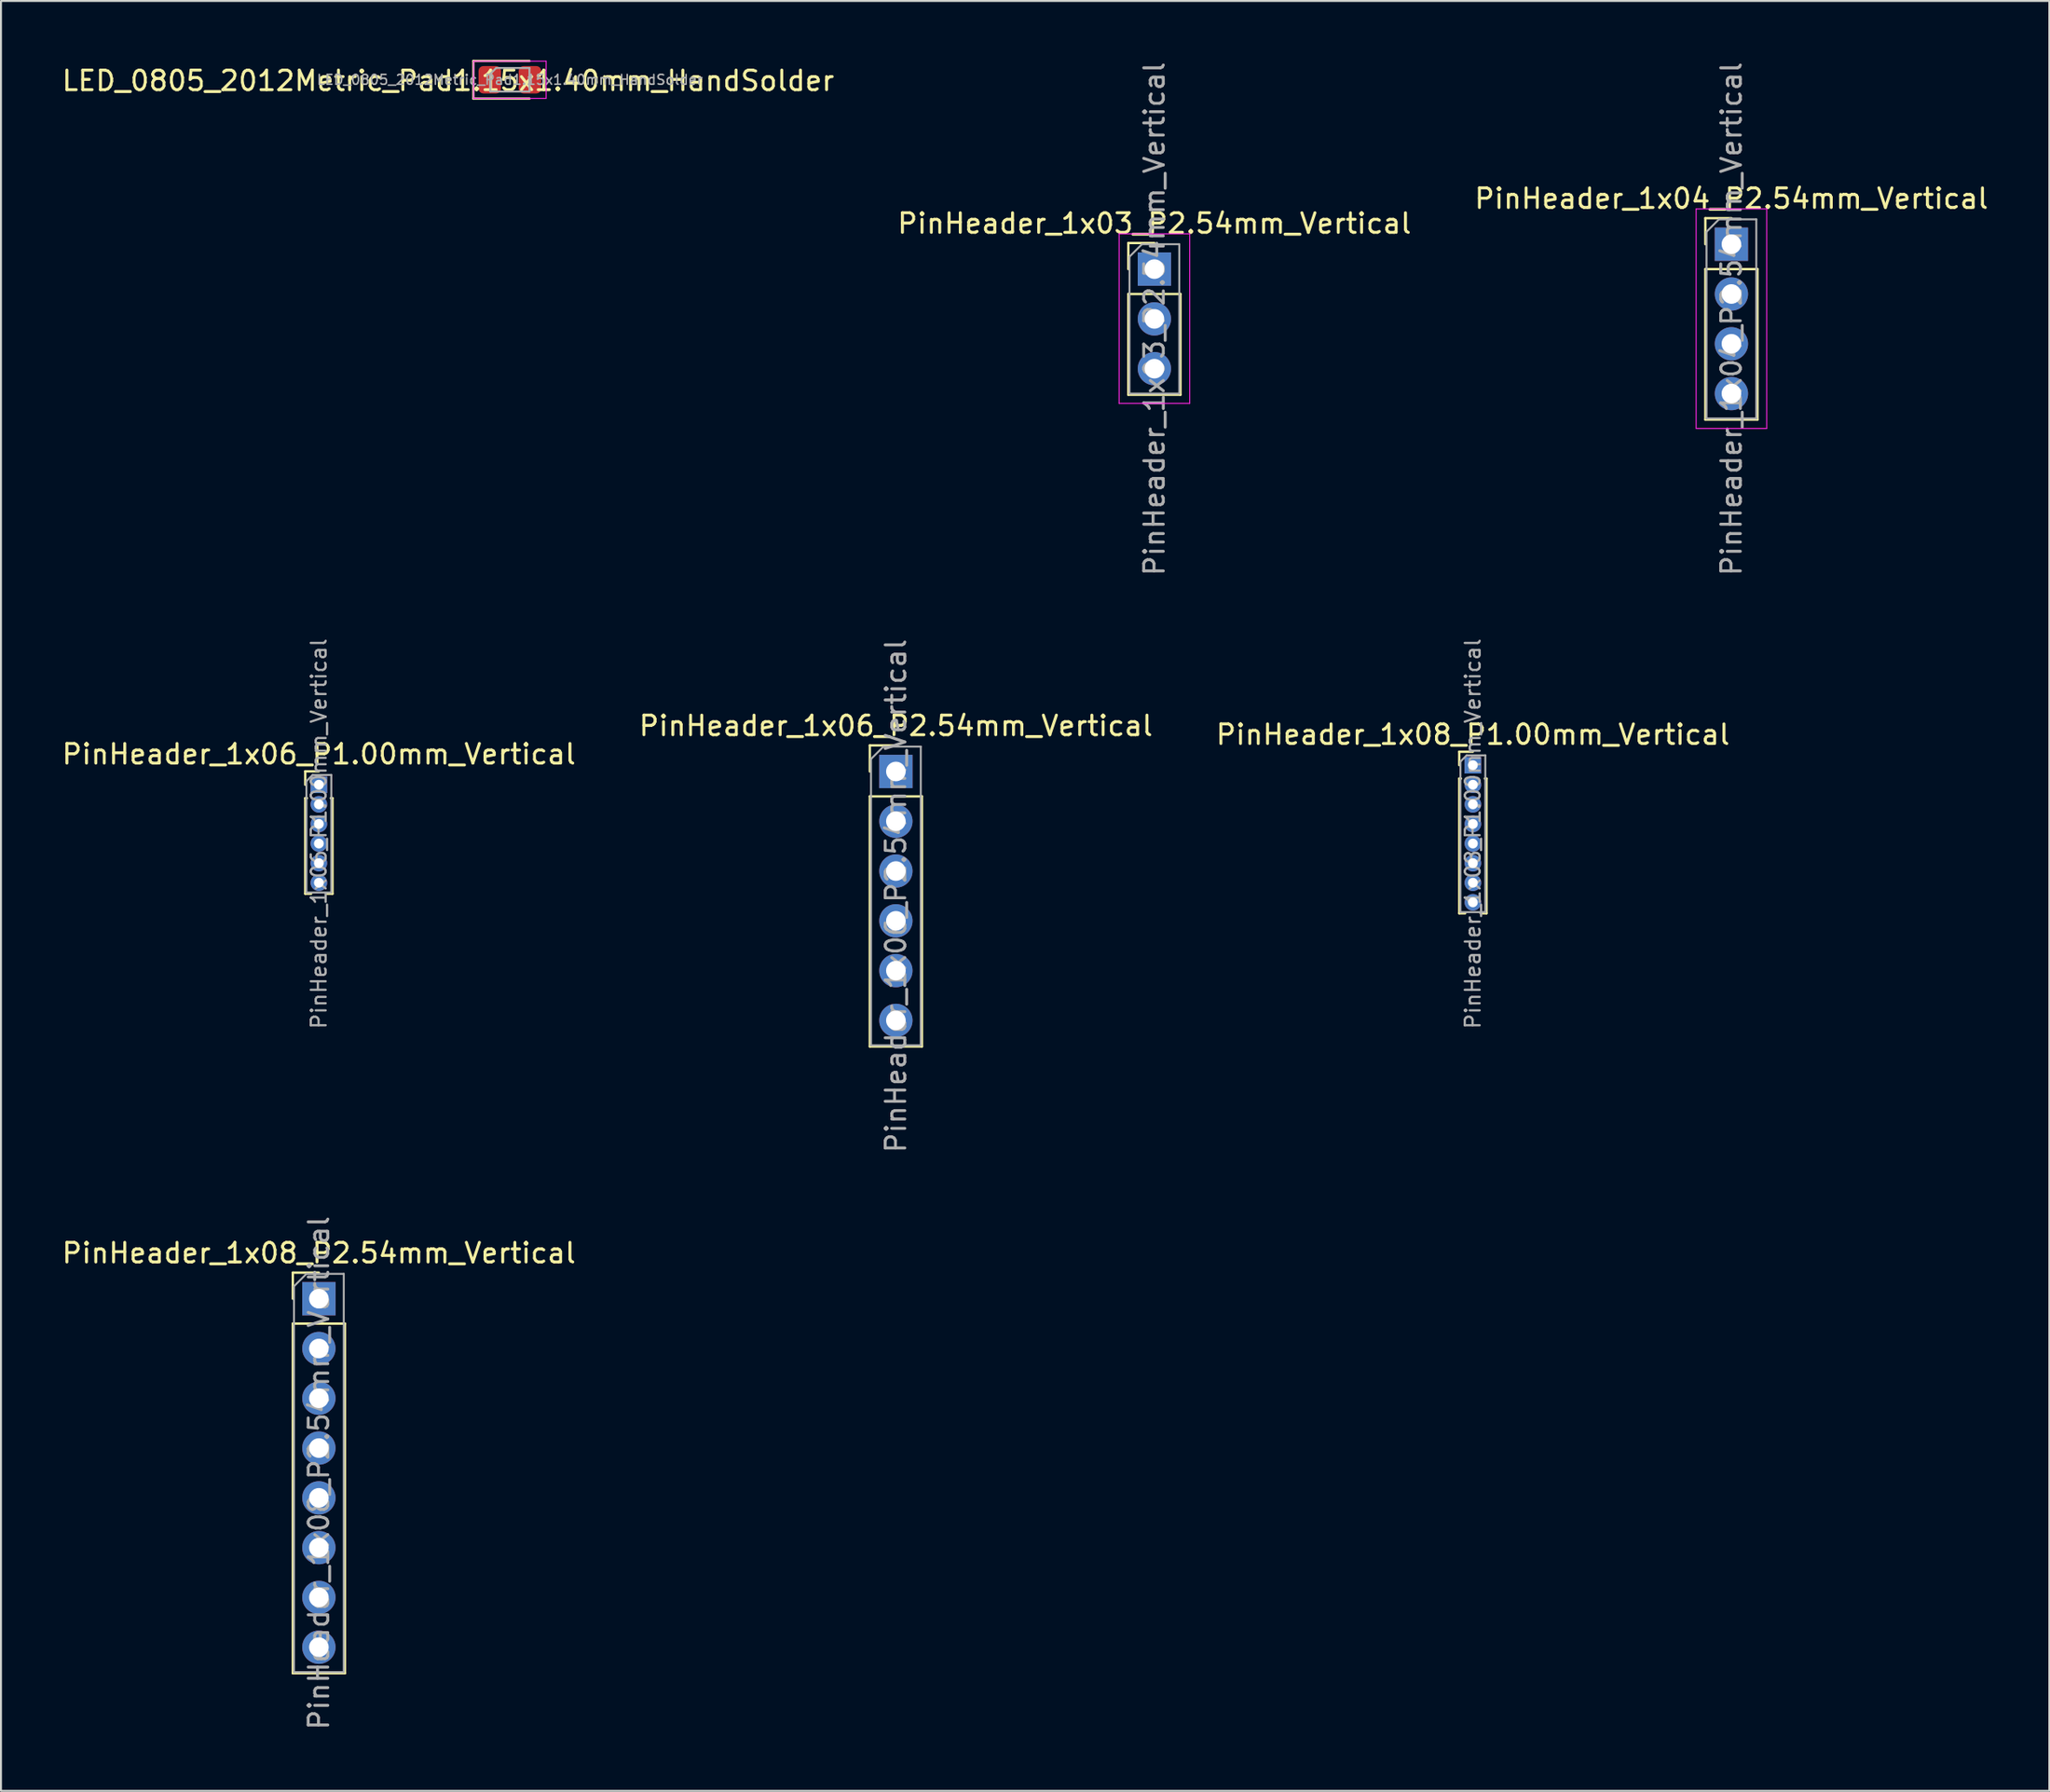
<source format=kicad_pcb>
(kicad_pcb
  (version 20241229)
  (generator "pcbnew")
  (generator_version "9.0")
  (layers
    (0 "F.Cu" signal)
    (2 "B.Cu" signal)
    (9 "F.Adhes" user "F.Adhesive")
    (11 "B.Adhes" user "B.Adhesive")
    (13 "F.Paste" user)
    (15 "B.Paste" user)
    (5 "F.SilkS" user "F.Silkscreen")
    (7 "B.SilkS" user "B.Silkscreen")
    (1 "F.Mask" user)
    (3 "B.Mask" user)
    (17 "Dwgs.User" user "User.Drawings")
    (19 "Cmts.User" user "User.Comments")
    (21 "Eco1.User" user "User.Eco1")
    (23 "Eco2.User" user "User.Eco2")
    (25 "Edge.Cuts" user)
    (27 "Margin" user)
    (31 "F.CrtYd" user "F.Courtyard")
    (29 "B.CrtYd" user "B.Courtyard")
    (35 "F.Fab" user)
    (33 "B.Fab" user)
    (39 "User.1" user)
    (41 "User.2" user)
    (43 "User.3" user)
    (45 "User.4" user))
  (footprint "PinHeader_1x06_P1.00mm_Vertical"
    (layer "F.Cu")
    (at 13.22 36.988)
    (property "Reference" "PinHeader_1x06_P1.00mm_Vertical" (at 0 -1.56 0) (layer "F.SilkS") (effects (font (size 1 1) (thickness 0.15))))
    (attr through_hole)
    (fp_line (start -0.695 -0.685) (end 0 -0.685) (stroke (width 0.12) (type solid)) (layer "F.SilkS"))
    (fp_line (start -0.695 0) (end -0.695 -0.685) (stroke (width 0.12) (type solid)) (layer "F.SilkS"))
    (fp_line (start -0.695 0.685) (end -0.695 5.56) (stroke (width 0.12) (type solid)) (layer "F.SilkS"))
    (fp_line (start -0.695 0.685) (end -0.608 0.685) (stroke (width 0.12) (type solid)) (layer "F.SilkS"))
    (fp_line (start -0.695 5.56) (end -0.394 5.56) (stroke (width 0.12) (type solid)) (layer "F.SilkS"))
    (fp_line (start 0.394 5.56) (end 0.695 5.56) (stroke (width 0.12) (type solid)) (layer "F.SilkS"))
    (fp_line (start 0.608 0.685) (end 0.695 0.685) (stroke (width 0.12) (type solid)) (layer "F.SilkS"))
    (fp_line (start 0.695 0.685) (end 0.695 5.56) (stroke (width 0.12) (type solid)) (layer "F.SilkS"))
    (fp_line (start -0.635 -0.182) (end -0.318 -0.5) (stroke (width 0.1) (type solid)) (layer "F.Fab"))
    (fp_line (start -0.635 5.5) (end -0.635 -0.182) (stroke (width 0.1) (type solid)) (layer "F.Fab"))
    (fp_line (start -0.318 -0.5) (end 0.635 -0.5) (stroke (width 0.1) (type solid)) (layer "F.Fab"))
    (fp_line (start 0.635 -0.5) (end 0.635 5.5) (stroke (width 0.1) (type solid)) (layer "F.Fab"))
    (fp_line (start 0.635 5.5) (end -0.635 5.5) (stroke (width 0.1) (type solid)) (layer "F.Fab"))
    (fp_text user "${REFERENCE}" (at 0 2.5 90) (layer "F.Fab") (effects (font (size 0.76 0.76) (thickness 0.114))))
    (pad "1" thru_hole rect (at 0 0) (size 0.85 0.85) (drill 0.5) (layers "*.Cu" "*.Mask"))
    (pad "2" thru_hole oval (at 0 1) (size 0.85 0.85) (drill 0.5) (layers "*.Cu" "*.Mask"))
    (pad "3" thru_hole oval (at 0 2) (size 0.85 0.85) (drill 0.5) (layers "*.Cu" "*.Mask"))
    (pad "4" thru_hole oval (at 0 3) (size 0.85 0.85) (drill 0.5) (layers "*.Cu" "*.Mask"))
    (pad "5" thru_hole oval (at 0 4) (size 0.85 0.85) (drill 0.5) (layers "*.Cu" "*.Mask"))
    (pad "6" thru_hole oval (at 0 5) (size 0.85 0.85) (drill 0.5) (layers "*.Cu" "*.Mask")))
  (footprint "LED_0805_2012Metric_Pad1.15x1.40mm_HandSolder"
    (layer "F.Cu")
    (at 22.965 1.02)
    (property "Reference" "LED_0805_2012Metric_Pad1.15x1.40mm_HandSolder" (at -3.15 0.05 0) (layer "F.SilkS") (effects (font (size 1 1) (thickness 0.15))))
    (attr smd)
    (fp_line (start -1.86 -0.96) (end -1.86 0.96) (stroke (width 0.12) (type solid)) (layer "F.SilkS"))
    (fp_line (start -1.86 0.96) (end 1 0.96) (stroke (width 0.12) (type solid)) (layer "F.SilkS"))
    (fp_line (start 1 -0.96) (end -1.86 -0.96) (stroke (width 0.12) (type solid)) (layer "F.SilkS"))
    (fp_line (start -1.85 -0.95) (end 1.85 -0.95) (stroke (width 0.05) (type solid)) (layer "F.CrtYd"))
    (fp_line (start -1.85 0.95) (end -1.85 -0.95) (stroke (width 0.05) (type solid)) (layer "F.CrtYd"))
    (fp_line (start 1.85 -0.95) (end 1.85 0.95) (stroke (width 0.05) (type solid)) (layer "F.CrtYd"))
    (fp_line (start 1.85 0.95) (end -1.85 0.95) (stroke (width 0.05) (type solid)) (layer "F.CrtYd"))
    (fp_line (start -1 -0.3) (end -1 0.6) (stroke (width 0.1) (type solid)) (layer "F.Fab"))
    (fp_line (start -1 0.6) (end 1 0.6) (stroke (width 0.1) (type solid)) (layer "F.Fab"))
    (fp_line (start -0.7 -0.6) (end -1 -0.3) (stroke (width 0.1) (type solid)) (layer "F.Fab"))
    (fp_line (start 1 -0.6) (end -0.7 -0.6) (stroke (width 0.1) (type solid)) (layer "F.Fab"))
    (fp_line (start 1 0.6) (end 1 -0.6) (stroke (width 0.1) (type solid)) (layer "F.Fab"))
    (fp_text user "${REFERENCE}" (at 0 0 0) (layer "F.Fab") (effects (font (size 0.5 0.5) (thickness 0.08))))
    (pad "1" smd roundrect (at -1.025 0) (size 1.15 1.4) (layers "F.Cu" "F.Mask" "F.Paste") (roundrect_rratio 0.217))
    (pad "2" smd roundrect (at 1.025 0) (size 1.15 1.4) (layers "F.Cu" "F.Mask" "F.Paste") (roundrect_rratio 0.217)))
  (footprint "PinHeader_1x08_P2.54mm_Vertical"
    (layer "F.Cu")
    (at 13.22 63.211)
    (property "Reference" "PinHeader_1x08_P2.54mm_Vertical" (at 0 -2.33 0) (layer "F.SilkS") (effects (font (size 1 1) (thickness 0.15))))
    (attr through_hole)
    (fp_line (start -1.33 -1.33) (end 0 -1.33) (stroke (width 0.12) (type solid)) (layer "F.SilkS"))
    (fp_line (start -1.33 0) (end -1.33 -1.33) (stroke (width 0.12) (type solid)) (layer "F.SilkS"))
    (fp_line (start -1.33 1.27) (end -1.33 19.11) (stroke (width 0.12) (type solid)) (layer "F.SilkS"))
    (fp_line (start -1.33 1.27) (end 1.33 1.27) (stroke (width 0.12) (type solid)) (layer "F.SilkS"))
    (fp_line (start -1.33 19.11) (end 1.33 19.11) (stroke (width 0.12) (type solid)) (layer "F.SilkS"))
    (fp_line (start 1.33 1.27) (end 1.33 19.11) (stroke (width 0.12) (type solid)) (layer "F.SilkS"))
    (fp_line (start -1.27 -0.635) (end -0.635 -1.27) (stroke (width 0.1) (type solid)) (layer "F.Fab"))
    (fp_line (start -1.27 19.05) (end -1.27 -0.635) (stroke (width 0.1) (type solid)) (layer "F.Fab"))
    (fp_line (start -0.635 -1.27) (end 1.27 -1.27) (stroke (width 0.1) (type solid)) (layer "F.Fab"))
    (fp_line (start 1.27 -1.27) (end 1.27 19.05) (stroke (width 0.1) (type solid)) (layer "F.Fab"))
    (fp_line (start 1.27 19.05) (end -1.27 19.05) (stroke (width 0.1) (type solid)) (layer "F.Fab"))
    (fp_text user "${REFERENCE}" (at 0 8.89 90) (layer "F.Fab") (effects (font (size 1 1) (thickness 0.15))))
    (pad "1" thru_hole rect (at 0 0) (size 1.7 1.7) (drill 1) (layers "*.Cu" "*.Mask"))
    (pad "2" thru_hole oval (at 0 2.54) (size 1.7 1.7) (drill 1) (layers "*.Cu" "*.Mask"))
    (pad "3" thru_hole oval (at 0 5.08) (size 1.7 1.7) (drill 1) (layers "*.Cu" "*.Mask"))
    (pad "4" thru_hole oval (at 0 7.62) (size 1.7 1.7) (drill 1) (layers "*.Cu" "*.Mask"))
    (pad "5" thru_hole oval (at 0 10.16) (size 1.7 1.7) (drill 1) (layers "*.Cu" "*.Mask"))
    (pad "6" thru_hole oval (at 0 12.7) (size 1.7 1.7) (drill 1) (layers "*.Cu" "*.Mask"))
    (pad "7" thru_hole oval (at 0 15.24) (size 1.7 1.7) (drill 1) (layers "*.Cu" "*.Mask"))
    (pad "8" thru_hole oval (at 0 17.78) (size 1.7 1.7) (drill 1) (layers "*.Cu" "*.Mask")))
  (footprint "PinHeader_1x06_P2.54mm_Vertical"
    (layer "F.Cu")
    (at 42.661 36.311)
    (property "Reference" "PinHeader_1x06_P2.54mm_Vertical" (at 0 -2.33 0) (layer "F.SilkS") (effects (font (size 1 1) (thickness 0.15))))
    (attr through_hole)
    (fp_line (start -1.33 -1.33) (end 0 -1.33) (stroke (width 0.12) (type solid)) (layer "F.SilkS"))
    (fp_line (start -1.33 0) (end -1.33 -1.33) (stroke (width 0.12) (type solid)) (layer "F.SilkS"))
    (fp_line (start -1.33 1.27) (end -1.33 14.03) (stroke (width 0.12) (type solid)) (layer "F.SilkS"))
    (fp_line (start -1.33 1.27) (end 1.33 1.27) (stroke (width 0.12) (type solid)) (layer "F.SilkS"))
    (fp_line (start -1.33 14.03) (end 1.33 14.03) (stroke (width 0.12) (type solid)) (layer "F.SilkS"))
    (fp_line (start 1.33 1.27) (end 1.33 14.03) (stroke (width 0.12) (type solid)) (layer "F.SilkS"))
    (fp_line (start -1.27 -0.635) (end -0.635 -1.27) (stroke (width 0.1) (type solid)) (layer "F.Fab"))
    (fp_line (start -1.27 13.97) (end -1.27 -0.635) (stroke (width 0.1) (type solid)) (layer "F.Fab"))
    (fp_line (start -0.635 -1.27) (end 1.27 -1.27) (stroke (width 0.1) (type solid)) (layer "F.Fab"))
    (fp_line (start 1.27 -1.27) (end 1.27 13.97) (stroke (width 0.1) (type solid)) (layer "F.Fab"))
    (fp_line (start 1.27 13.97) (end -1.27 13.97) (stroke (width 0.1) (type solid)) (layer "F.Fab"))
    (fp_text user "${REFERENCE}" (at 0 6.35 90) (layer "F.Fab") (effects (font (size 1 1) (thickness 0.15))))
    (pad "1" thru_hole rect (at 0 0) (size 1.7 1.7) (drill 1) (layers "*.Cu" "*.Mask"))
    (pad "2" thru_hole oval (at 0 2.54) (size 1.7 1.7) (drill 1) (layers "*.Cu" "*.Mask"))
    (pad "3" thru_hole oval (at 0 5.08) (size 1.7 1.7) (drill 1) (layers "*.Cu" "*.Mask"))
    (pad "4" thru_hole oval (at 0 7.62) (size 1.7 1.7) (drill 1) (layers "*.Cu" "*.Mask"))
    (pad "5" thru_hole oval (at 0 10.16) (size 1.7 1.7) (drill 1) (layers "*.Cu" "*.Mask"))
    (pad "6" thru_hole oval (at 0 12.7) (size 1.7 1.7) (drill 1) (layers "*.Cu" "*.Mask")))
  (footprint "PinHeader_1x04_P2.54mm_Vertical"
    (layer "F.Cu")
    (at 85.292 9.41)
    (property "Reference" "PinHeader_1x04_P2.54mm_Vertical" (at 0 -2.33 0) (layer "F.SilkS") (effects (font (size 1 1) (thickness 0.15))))
    (attr through_hole)
    (fp_line (start -1.33 -1.33) (end 0 -1.33) (stroke (width 0.12) (type solid)) (layer "F.SilkS"))
    (fp_line (start -1.33 0) (end -1.33 -1.33) (stroke (width 0.12) (type solid)) (layer "F.SilkS"))
    (fp_line (start -1.33 1.27) (end -1.33 8.95) (stroke (width 0.12) (type solid)) (layer "F.SilkS"))
    (fp_line (start -1.33 1.27) (end 1.33 1.27) (stroke (width 0.12) (type solid)) (layer "F.SilkS"))
    (fp_line (start -1.33 8.95) (end 1.33 8.95) (stroke (width 0.12) (type solid)) (layer "F.SilkS"))
    (fp_line (start 1.33 1.27) (end 1.33 8.95) (stroke (width 0.12) (type solid)) (layer "F.SilkS"))
    (fp_line (start -1.8 -1.8) (end -1.8 9.4) (stroke (width 0.05) (type solid)) (layer "F.CrtYd"))
    (fp_line (start -1.8 9.4) (end 1.8 9.4) (stroke (width 0.05) (type solid)) (layer "F.CrtYd"))
    (fp_line (start 1.8 -1.8) (end -1.8 -1.8) (stroke (width 0.05) (type solid)) (layer "F.CrtYd"))
    (fp_line (start 1.8 9.4) (end 1.8 -1.8) (stroke (width 0.05) (type solid)) (layer "F.CrtYd"))
    (fp_line (start -1.27 -0.635) (end -0.635 -1.27) (stroke (width 0.1) (type solid)) (layer "F.Fab"))
    (fp_line (start -1.27 8.89) (end -1.27 -0.635) (stroke (width 0.1) (type solid)) (layer "F.Fab"))
    (fp_line (start -0.635 -1.27) (end 1.27 -1.27) (stroke (width 0.1) (type solid)) (layer "F.Fab"))
    (fp_line (start 1.27 -1.27) (end 1.27 8.89) (stroke (width 0.1) (type solid)) (layer "F.Fab"))
    (fp_line (start 1.27 8.89) (end -1.27 8.89) (stroke (width 0.1) (type solid)) (layer "F.Fab"))
    (fp_text user "${REFERENCE}" (at 0 3.81 90) (layer "F.Fab") (effects (font (size 1 1) (thickness 0.15))))
    (pad "1" thru_hole rect (at 0 0) (size 1.7 1.7) (drill 1) (layers "*.Cu" "*.Mask"))
    (pad "2" thru_hole oval (at 0 2.54) (size 1.7 1.7) (drill 1) (layers "*.Cu" "*.Mask"))
    (pad "3" thru_hole oval (at 0 5.08) (size 1.7 1.7) (drill 1) (layers "*.Cu" "*.Mask"))
    (pad "4" thru_hole oval (at 0 7.62) (size 1.7 1.7) (drill 1) (layers "*.Cu" "*.Mask")))
  (footprint "PinHeader_1x08_P1.00mm_Vertical"
    (layer "F.Cu")
    (at 72.101 35.988)
    (property "Reference" "PinHeader_1x08_P1.00mm_Vertical" (at 0 -1.56 0) (layer "F.SilkS") (effects (font (size 1 1) (thickness 0.15))))
    (attr through_hole)
    (fp_line (start -0.695 -0.685) (end 0 -0.685) (stroke (width 0.12) (type solid)) (layer "F.SilkS"))
    (fp_line (start -0.695 0) (end -0.695 -0.685) (stroke (width 0.12) (type solid)) (layer "F.SilkS"))
    (fp_line (start -0.695 0.685) (end -0.695 7.56) (stroke (width 0.12) (type solid)) (layer "F.SilkS"))
    (fp_line (start -0.695 0.685) (end -0.608 0.685) (stroke (width 0.12) (type solid)) (layer "F.SilkS"))
    (fp_line (start -0.695 7.56) (end -0.394 7.56) (stroke (width 0.12) (type solid)) (layer "F.SilkS"))
    (fp_line (start 0.394 7.56) (end 0.695 7.56) (stroke (width 0.12) (type solid)) (layer "F.SilkS"))
    (fp_line (start 0.608 0.685) (end 0.695 0.685) (stroke (width 0.12) (type solid)) (layer "F.SilkS"))
    (fp_line (start 0.695 0.685) (end 0.695 7.56) (stroke (width 0.12) (type solid)) (layer "F.SilkS"))
    (fp_line (start -0.635 -0.182) (end -0.318 -0.5) (stroke (width 0.1) (type solid)) (layer "F.Fab"))
    (fp_line (start -0.635 7.5) (end -0.635 -0.182) (stroke (width 0.1) (type solid)) (layer "F.Fab"))
    (fp_line (start -0.318 -0.5) (end 0.635 -0.5) (stroke (width 0.1) (type solid)) (layer "F.Fab"))
    (fp_line (start 0.635 -0.5) (end 0.635 7.5) (stroke (width 0.1) (type solid)) (layer "F.Fab"))
    (fp_line (start 0.635 7.5) (end -0.635 7.5) (stroke (width 0.1) (type solid)) (layer "F.Fab"))
    (fp_text user "${REFERENCE}" (at 0 3.5 90) (layer "F.Fab") (effects (font (size 0.76 0.76) (thickness 0.114))))
    (pad "1" thru_hole rect (at 0 0) (size 0.85 0.85) (drill 0.5) (layers "*.Cu" "*.Mask"))
    (pad "2" thru_hole oval (at 0 1) (size 0.85 0.85) (drill 0.5) (layers "*.Cu" "*.Mask"))
    (pad "3" thru_hole oval (at 0 2) (size 0.85 0.85) (drill 0.5) (layers "*.Cu" "*.Mask"))
    (pad "4" thru_hole oval (at 0 3) (size 0.85 0.85) (drill 0.5) (layers "*.Cu" "*.Mask"))
    (pad "5" thru_hole oval (at 0 4) (size 0.85 0.85) (drill 0.5) (layers "*.Cu" "*.Mask"))
    (pad "6" thru_hole oval (at 0 5) (size 0.85 0.85) (drill 0.5) (layers "*.Cu" "*.Mask"))
    (pad "7" thru_hole oval (at 0 6) (size 0.85 0.85) (drill 0.5) (layers "*.Cu" "*.Mask"))
    (pad "8" thru_hole oval (at 0 7) (size 0.85 0.85) (drill 0.5) (layers "*.Cu" "*.Mask")))
  (footprint "PinHeader_1x03_P2.54mm_Vertical"
    (layer "F.Cu")
    (at 55.851 10.68)
    (property "Reference" "PinHeader_1x03_P2.54mm_Vertical" (at 0 -2.33 0) (layer "F.SilkS") (effects (font (size 1 1) (thickness 0.15))))
    (attr through_hole)
    (fp_line (start -1.33 -1.33) (end 0 -1.33) (stroke (width 0.12) (type solid)) (layer "F.SilkS"))
    (fp_line (start -1.33 0) (end -1.33 -1.33) (stroke (width 0.12) (type solid)) (layer "F.SilkS"))
    (fp_line (start -1.33 1.27) (end -1.33 6.41) (stroke (width 0.12) (type solid)) (layer "F.SilkS"))
    (fp_line (start -1.33 1.27) (end 1.33 1.27) (stroke (width 0.12) (type solid)) (layer "F.SilkS"))
    (fp_line (start -1.33 6.41) (end 1.33 6.41) (stroke (width 0.12) (type solid)) (layer "F.SilkS"))
    (fp_line (start 1.33 1.27) (end 1.33 6.41) (stroke (width 0.12) (type solid)) (layer "F.SilkS"))
    (fp_line (start -1.8 -1.8) (end -1.8 6.85) (stroke (width 0.05) (type solid)) (layer "F.CrtYd"))
    (fp_line (start -1.8 6.85) (end 1.8 6.85) (stroke (width 0.05) (type solid)) (layer "F.CrtYd"))
    (fp_line (start 1.8 -1.8) (end -1.8 -1.8) (stroke (width 0.05) (type solid)) (layer "F.CrtYd"))
    (fp_line (start 1.8 6.85) (end 1.8 -1.8) (stroke (width 0.05) (type solid)) (layer "F.CrtYd"))
    (fp_line (start -1.27 -0.635) (end -0.635 -1.27) (stroke (width 0.1) (type solid)) (layer "F.Fab"))
    (fp_line (start -1.27 6.35) (end -1.27 -0.635) (stroke (width 0.1) (type solid)) (layer "F.Fab"))
    (fp_line (start -0.635 -1.27) (end 1.27 -1.27) (stroke (width 0.1) (type solid)) (layer "F.Fab"))
    (fp_line (start 1.27 -1.27) (end 1.27 6.35) (stroke (width 0.1) (type solid)) (layer "F.Fab"))
    (fp_line (start 1.27 6.35) (end -1.27 6.35) (stroke (width 0.1) (type solid)) (layer "F.Fab"))
    (fp_text user "${REFERENCE}" (at 0 2.54 90) (layer "F.Fab") (effects (font (size 1 1) (thickness 0.15))))
    (pad "1" thru_hole rect (at 0 0) (size 1.7 1.7) (drill 1) (layers "*.Cu" "*.Mask"))
    (pad "2" thru_hole oval (at 0 2.54) (size 1.7 1.7) (drill 1) (layers "*.Cu" "*.Mask"))
    (pad "3" thru_hole oval (at 0 5.08) (size 1.7 1.7) (drill 1) (layers "*.Cu" "*.Mask")))
  (gr_rect
    (start -3 -3)
    (end 101.512 88.321)
    (stroke (width 0.1) (type default))
    (fill no)
    (layer "Edge.Cuts")))
</source>
